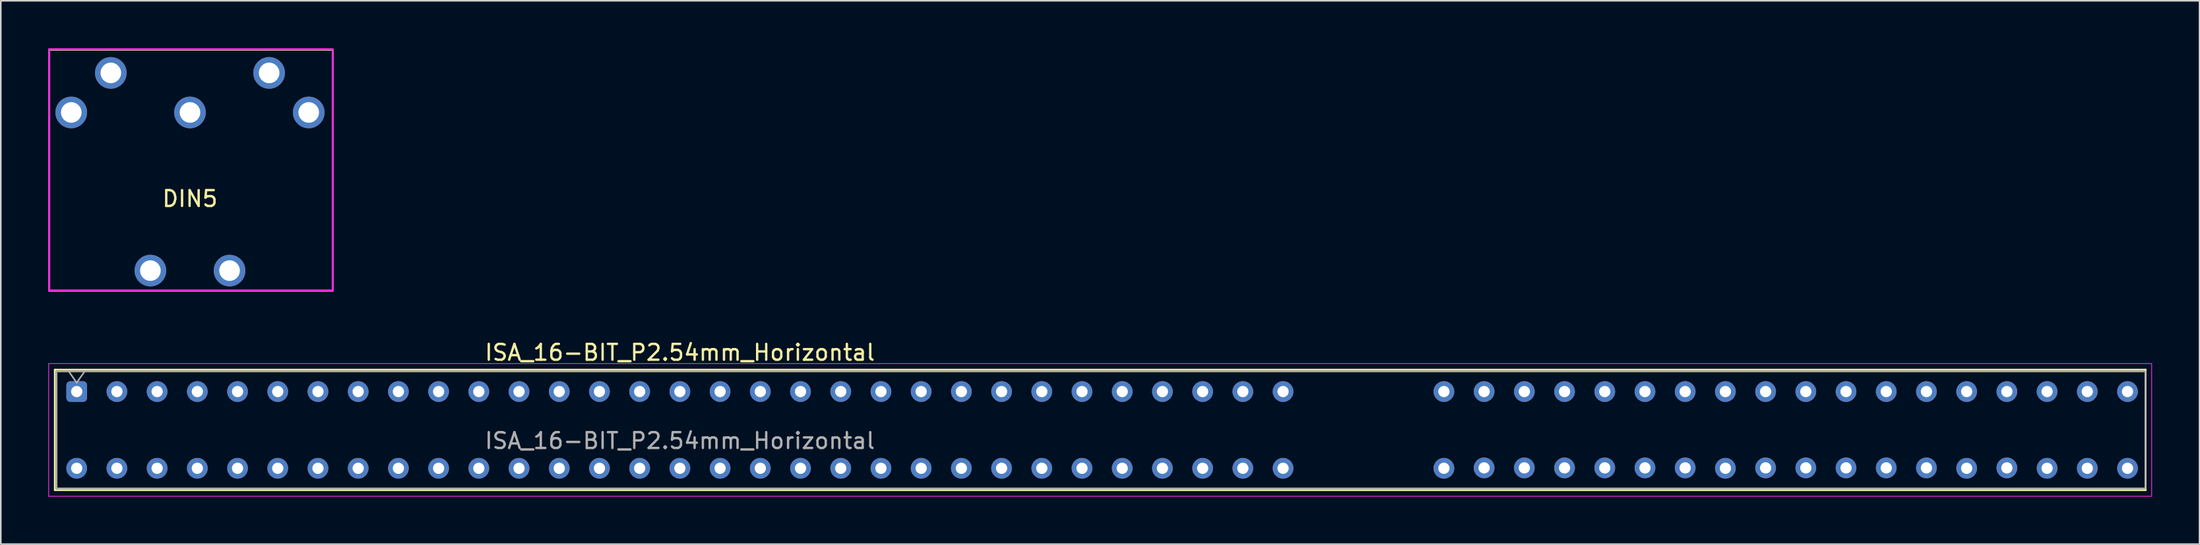
<source format=kicad_pcb>
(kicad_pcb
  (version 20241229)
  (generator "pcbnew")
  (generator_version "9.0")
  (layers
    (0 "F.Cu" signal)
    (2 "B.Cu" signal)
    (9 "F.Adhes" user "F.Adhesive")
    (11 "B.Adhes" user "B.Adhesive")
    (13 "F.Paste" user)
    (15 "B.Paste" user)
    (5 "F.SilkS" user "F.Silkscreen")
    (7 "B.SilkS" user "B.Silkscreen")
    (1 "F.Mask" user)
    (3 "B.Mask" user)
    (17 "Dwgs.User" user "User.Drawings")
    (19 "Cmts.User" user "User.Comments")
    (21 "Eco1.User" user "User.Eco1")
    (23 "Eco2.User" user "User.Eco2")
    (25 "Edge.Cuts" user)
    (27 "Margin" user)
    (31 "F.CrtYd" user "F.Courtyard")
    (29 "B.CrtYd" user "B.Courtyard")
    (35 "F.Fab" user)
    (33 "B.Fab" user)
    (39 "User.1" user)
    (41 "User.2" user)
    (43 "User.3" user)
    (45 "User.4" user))
  (footprint "DIN5"
    (layer "F.Cu")
    (at 8.95 14.06)
    (property "Reference" "DIN5" (at 0 -4.545 0) (layer "F.SilkS") (effects (font (size 1 1) (thickness 0.15))))
    (attr through_hole)
    (fp_line (start -8.89 -13.97) (end 9.017 -13.97) (stroke (width 0.12) (type solid)) (layer "F.SilkS"))
    (fp_line (start -8.89 1.27) (end -8.89 -13.97) (stroke (width 0.12) (type solid)) (layer "F.SilkS"))
    (fp_line (start 9.017 -13.97) (end 9.017 1.27) (stroke (width 0.12) (type solid)) (layer "F.SilkS"))
    (fp_line (start 9.017 1.27) (end -8.89 1.27) (stroke (width 0.12) (type solid)) (layer "F.SilkS"))
    (fp_line (start -8.89 -14) (end 9.017 -14) (stroke (width 0.12) (type solid)) (layer "F.CrtYd"))
    (fp_line (start -8.89 1.27) (end -8.89 -14) (stroke (width 0.12) (type solid)) (layer "F.CrtYd"))
    (fp_line (start 9.017 -13.97) (end 9.017 1.27) (stroke (width 0.12) (type solid)) (layer "F.CrtYd"))
    (fp_line (start 9.017 1.27) (end -8.89 1.27) (stroke (width 0.12) (type solid)) (layer "F.CrtYd"))
    (pad "0" thru_hole circle (at -2.5 0) (size 2 2) (drill 1.3) (layers "*.Cu" "*.Mask"))
    (pad "0" thru_hole circle (at 2.5 0) (size 2 2) (drill 1.3) (layers "*.Cu" "*.Mask"))
    (pad "1" thru_hole circle (at 7.5 -10) (size 2 2) (drill 1.3) (layers "*.Cu" "*.Mask"))
    (pad "2" thru_hole circle (at 0 -10) (size 2 2) (drill 1.3) (layers "*.Cu" "*.Mask"))
    (pad "3" thru_hole circle (at -7.5 -10) (size 2 2) (drill 1.3) (layers "*.Cu" "*.Mask"))
    (pad "4" thru_hole circle (at 5 -12.5) (size 2 2) (drill 1.3) (layers "*.Cu" "*.Mask"))
    (pad "5" thru_hole circle (at -5 -12.5) (size 2 2) (drill 1.3) (layers "*.Cu" "*.Mask")))
  (footprint "ISA_16-BIT_P2.54mm_Horizontal"
    (layer "F.Cu")
    (at 1.795 21.708)
    (property "Reference" "ISA_16-BIT_P2.54mm_Horizontal" (at 38.1 -2.47 0) (layer "F.SilkS") (effects (font (size 1 1) (thickness 0.15))))
    (attr through_hole)
    (fp_line (start -1.38 -1.38) (end 130.683 -1.38) (stroke (width 0.12) (type solid)) (layer "F.SilkS"))
    (fp_line (start -1.38 6.231) (end -1.38 -1.38) (stroke (width 0.12) (type solid)) (layer "F.SilkS"))
    (fp_line (start 130.683 -1.38) (end 130.683 6.231) (stroke (width 0.12) (type solid)) (layer "F.SilkS"))
    (fp_line (start 130.683 6.231) (end -1.38 6.231) (stroke (width 0.12) (type solid)) (layer "F.SilkS"))
    (fp_line (start -1.77 -1.77) (end 131.064 -1.77) (stroke (width 0.05) (type solid)) (layer "F.CrtYd"))
    (fp_line (start -1.77 6.621) (end -1.77 -1.77) (stroke (width 0.05) (type solid)) (layer "F.CrtYd"))
    (fp_line (start 131.064 -1.77) (end 131.064 6.621) (stroke (width 0.05) (type solid)) (layer "F.CrtYd"))
    (fp_line (start 131.064 6.621) (end -1.77 6.621) (stroke (width 0.05) (type solid)) (layer "F.CrtYd"))
    (fp_line (start -1.27 -1.27) (end -1.27 6.121) (stroke (width 0.1) (type solid)) (layer "F.Fab"))
    (fp_line (start -1.27 -1.27) (end 130.683 -1.27) (stroke (width 0.1) (type solid)) (layer "F.Fab"))
    (fp_line (start -0.5 -1.27) (end 0 -0.563) (stroke (width 0.1) (type solid)) (layer "F.Fab"))
    (fp_line (start 0 -0.563) (end 0.5 -1.27) (stroke (width 0.1) (type solid)) (layer "F.Fab"))
    (fp_line (start 130.683 -1.27) (end 130.683 6.121) (stroke (width 0.1) (type solid)) (layer "F.Fab"))
    (fp_line (start 130.683 6.121) (end -1.27 6.121) (stroke (width 0.1) (type solid)) (layer "F.Fab"))
    (fp_text user "${REFERENCE}" (at 38.1 3.11 0) (layer "F.Fab") (effects (font (size 1 1) (thickness 0.15))))
    (pad "A1" thru_hole roundrect (at 0 0) (size 1.31 1.31) (drill 0.71) (layers "*.Cu" "*.Mask") (roundrect_rratio 0.191))
    (pad "A2" thru_hole circle (at 2.54 0) (size 1.31 1.31) (drill 0.71) (layers "*.Cu" "*.Mask"))
    (pad "A3" thru_hole circle (at 5.08 0) (size 1.31 1.31) (drill 0.71) (layers "*.Cu" "*.Mask"))
    (pad "A4" thru_hole circle (at 7.62 0) (size 1.31 1.31) (drill 0.71) (layers "*.Cu" "*.Mask"))
    (pad "A5" thru_hole circle (at 10.16 0) (size 1.31 1.31) (drill 0.71) (layers "*.Cu" "*.Mask"))
    (pad "A6" thru_hole circle (at 12.7 0) (size 1.31 1.31) (drill 0.71) (layers "*.Cu" "*.Mask"))
    (pad "A7" thru_hole circle (at 15.24 0) (size 1.31 1.31) (drill 0.71) (layers "*.Cu" "*.Mask"))
    (pad "A8" thru_hole circle (at 17.78 0) (size 1.31 1.31) (drill 0.71) (layers "*.Cu" "*.Mask"))
    (pad "A9" thru_hole circle (at 20.32 0) (size 1.31 1.31) (drill 0.71) (layers "*.Cu" "*.Mask"))
    (pad "A10" thru_hole circle (at 22.86 0) (size 1.31 1.31) (drill 0.71) (layers "*.Cu" "*.Mask"))
    (pad "A11" thru_hole circle (at 25.4 0) (size 1.31 1.31) (drill 0.71) (layers "*.Cu" "*.Mask"))
    (pad "A12" thru_hole circle (at 27.94 0) (size 1.31 1.31) (drill 0.71) (layers "*.Cu" "*.Mask"))
    (pad "A13" thru_hole circle (at 30.48 0) (size 1.31 1.31) (drill 0.71) (layers "*.Cu" "*.Mask"))
    (pad "A14" thru_hole circle (at 33.02 0) (size 1.31 1.31) (drill 0.71) (layers "*.Cu" "*.Mask"))
    (pad "A15" thru_hole circle (at 35.56 0 90) (size 1.31 1.31) (drill 0.71) (layers "*.Cu" "*.Mask"))
    (pad "A16" thru_hole circle (at 38.1 0) (size 1.31 1.31) (drill 0.71) (layers "*.Cu" "*.Mask"))
    (pad "A17" thru_hole circle (at 40.64 0) (size 1.31 1.31) (drill 0.71) (layers "*.Cu" "*.Mask"))
    (pad "A18" thru_hole circle (at 43.18 0) (size 1.31 1.31) (drill 0.71) (layers "*.Cu" "*.Mask"))
    (pad "A19" thru_hole circle (at 45.72 0) (size 1.31 1.31) (drill 0.71) (layers "*.Cu" "*.Mask"))
    (pad "A20" thru_hole circle (at 48.26 0) (size 1.31 1.31) (drill 0.71) (layers "*.Cu" "*.Mask"))
    (pad "A21" thru_hole circle (at 50.8 0) (size 1.31 1.31) (drill 0.71) (layers "*.Cu" "*.Mask"))
    (pad "A22" thru_hole circle (at 53.34 0) (size 1.31 1.31) (drill 0.71) (layers "*.Cu" "*.Mask"))
    (pad "A23" thru_hole circle (at 55.88 0) (size 1.31 1.31) (drill 0.71) (layers "*.Cu" "*.Mask"))
    (pad "A24" thru_hole circle (at 58.42 0) (size 1.31 1.31) (drill 0.71) (layers "*.Cu" "*.Mask"))
    (pad "A25" thru_hole circle (at 60.96 0) (size 1.31 1.31) (drill 0.71) (layers "*.Cu" "*.Mask"))
    (pad "A26" thru_hole circle (at 63.5 0) (size 1.31 1.31) (drill 0.71) (layers "*.Cu" "*.Mask"))
    (pad "A27" thru_hole circle (at 66.04 0) (size 1.31 1.31) (drill 0.71) (layers "*.Cu" "*.Mask"))
    (pad "A28" thru_hole circle (at 68.58 0) (size 1.31 1.31) (drill 0.71) (layers "*.Cu" "*.Mask"))
    (pad "A29" thru_hole circle (at 71.12 0) (size 1.31 1.31) (drill 0.71) (layers "*.Cu" "*.Mask"))
    (pad "A30" thru_hole circle (at 73.66 0) (size 1.31 1.31) (drill 0.71) (layers "*.Cu" "*.Mask"))
    (pad "A31" thru_hole circle (at 76.2 0) (size 1.31 1.31) (drill 0.71) (layers "*.Cu" "*.Mask"))
    (pad "B1" thru_hole circle (at 0 4.851) (size 1.31 1.31) (drill 0.71) (layers "*.Cu" "*.Mask"))
    (pad "B2" thru_hole circle (at 2.54 4.85) (size 1.31 1.31) (drill 0.71) (layers "*.Cu" "*.Mask"))
    (pad "B3" thru_hole circle (at 5.08 4.851) (size 1.31 1.31) (drill 0.71) (layers "*.Cu" "*.Mask"))
    (pad "B4" thru_hole circle (at 7.62 4.851) (size 1.31 1.31) (drill 0.71) (layers "*.Cu" "*.Mask"))
    (pad "B5" thru_hole circle (at 10.16 4.851) (size 1.31 1.31) (drill 0.71) (layers "*.Cu" "*.Mask"))
    (pad "B6" thru_hole circle (at 12.7 4.851) (size 1.31 1.31) (drill 0.71) (layers "*.Cu" "*.Mask"))
    (pad "B7" thru_hole circle (at 15.24 4.851) (size 1.31 1.31) (drill 0.71) (layers "*.Cu" "*.Mask"))
    (pad "B8" thru_hole circle (at 17.78 4.851) (size 1.31 1.31) (drill 0.71) (layers "*.Cu" "*.Mask"))
    (pad "B9" thru_hole circle (at 20.32 4.851) (size 1.31 1.31) (drill 0.71) (layers "*.Cu" "*.Mask"))
    (pad "B10" thru_hole circle (at 22.86 4.851) (size 1.31 1.31) (drill 0.71) (layers "*.Cu" "*.Mask"))
    (pad "B11" thru_hole circle (at 25.4 4.851) (size 1.31 1.31) (drill 0.71) (layers "*.Cu" "*.Mask"))
    (pad "B12" thru_hole circle (at 27.94 4.851) (size 1.31 1.31) (drill 0.71) (layers "*.Cu" "*.Mask"))
    (pad "B13" thru_hole circle (at 30.48 4.851) (size 1.31 1.31) (drill 0.71) (layers "*.Cu" "*.Mask"))
    (pad "B14" thru_hole circle (at 33.02 4.851) (size 1.31 1.31) (drill 0.71) (layers "*.Cu" "*.Mask"))
    (pad "B15" thru_hole circle (at 35.56 4.851) (size 1.31 1.31) (drill 0.71) (layers "*.Cu" "*.Mask"))
    (pad "B16" thru_hole circle (at 38.1 4.851) (size 1.31 1.31) (drill 0.71) (layers "*.Cu" "*.Mask"))
    (pad "B17" thru_hole circle (at 40.64 4.851) (size 1.31 1.31) (drill 0.71) (layers "*.Cu" "*.Mask"))
    (pad "B18" thru_hole circle (at 43.18 4.851) (size 1.31 1.31) (drill 0.71) (layers "*.Cu" "*.Mask"))
    (pad "B19" thru_hole circle (at 45.72 4.851) (size 1.31 1.31) (drill 0.71) (layers "*.Cu" "*.Mask"))
    (pad "B20" thru_hole circle (at 48.26 4.851) (size 1.31 1.31) (drill 0.71) (layers "*.Cu" "*.Mask"))
    (pad "B21" thru_hole circle (at 50.8 4.851) (size 1.31 1.31) (drill 0.71) (layers "*.Cu" "*.Mask"))
    (pad "B22" thru_hole circle (at 53.34 4.851) (size 1.31 1.31) (drill 0.71) (layers "*.Cu" "*.Mask"))
    (pad "B23" thru_hole circle (at 55.88 4.851) (size 1.31 1.31) (drill 0.71) (layers "*.Cu" "*.Mask"))
    (pad "B24" thru_hole circle (at 58.42 4.851) (size 1.31 1.31) (drill 0.71) (layers "*.Cu" "*.Mask"))
    (pad "B25" thru_hole circle (at 60.96 4.851) (size 1.31 1.31) (drill 0.71) (layers "*.Cu" "*.Mask"))
    (pad "B26" thru_hole circle (at 63.5 4.851) (size 1.31 1.31) (drill 0.71) (layers "*.Cu" "*.Mask"))
    (pad "B27" thru_hole circle (at 66.04 4.851) (size 1.31 1.31) (drill 0.71) (layers "*.Cu" "*.Mask"))
    (pad "B28" thru_hole circle (at 68.58 4.851) (size 1.31 1.31) (drill 0.71) (layers "*.Cu" "*.Mask"))
    (pad "B29" thru_hole circle (at 71.12 4.851) (size 1.31 1.31) (drill 0.71) (layers "*.Cu" "*.Mask"))
    (pad "B30" thru_hole circle (at 73.66 4.851) (size 1.31 1.31) (drill 0.71) (layers "*.Cu" "*.Mask"))
    (pad "B31" thru_hole circle (at 76.2 4.851) (size 1.31 1.31) (drill 0.71) (layers "*.Cu" "*.Mask"))
    (pad "C1" thru_hole circle (at 86.36 0) (size 1.31 1.31) (drill 0.71) (layers "*.Cu" "*.Mask"))
    (pad "C2" thru_hole circle (at 88.9 0) (size 1.31 1.31) (drill 0.71) (layers "*.Cu" "*.Mask"))
    (pad "C3" thru_hole circle (at 91.44 0) (size 1.31 1.31) (drill 0.71) (layers "*.Cu" "*.Mask"))
    (pad "C4" thru_hole circle (at 93.98 0) (size 1.31 1.31) (drill 0.71) (layers "*.Cu" "*.Mask"))
    (pad "C5" thru_hole circle (at 96.52 0) (size 1.31 1.31) (drill 0.71) (layers "*.Cu" "*.Mask"))
    (pad "C6" thru_hole circle (at 99.06 0) (size 1.31 1.31) (drill 0.71) (layers "*.Cu" "*.Mask"))
    (pad "C7" thru_hole circle (at 101.6 0) (size 1.31 1.31) (drill 0.71) (layers "*.Cu" "*.Mask"))
    (pad "C8" thru_hole circle (at 104.14 0) (size 1.31 1.31) (drill 0.71) (layers "*.Cu" "*.Mask"))
    (pad "C9" thru_hole circle (at 106.68 0) (size 1.31 1.31) (drill 0.71) (layers "*.Cu" "*.Mask"))
    (pad "C10" thru_hole circle (at 109.22 0) (size 1.31 1.31) (drill 0.71) (layers "*.Cu" "*.Mask"))
    (pad "C11" thru_hole circle (at 111.76 0) (size 1.31 1.31) (drill 0.71) (layers "*.Cu" "*.Mask"))
    (pad "C12" thru_hole circle (at 114.3 0) (size 1.31 1.31) (drill 0.71) (layers "*.Cu" "*.Mask"))
    (pad "C13" thru_hole circle (at 116.84 0) (size 1.31 1.31) (drill 0.71) (layers "*.Cu" "*.Mask"))
    (pad "C14" thru_hole circle (at 119.38 0) (size 1.31 1.31) (drill 0.71) (layers "*.Cu" "*.Mask"))
    (pad "C15" thru_hole circle (at 121.92 0) (size 1.31 1.31) (drill 0.71) (layers "*.Cu" "*.Mask"))
    (pad "C16" thru_hole circle (at 124.46 0) (size 1.31 1.31) (drill 0.71) (layers "*.Cu" "*.Mask"))
    (pad "C17" thru_hole circle (at 127 0) (size 1.31 1.31) (drill 0.71) (layers "*.Cu" "*.Mask"))
    (pad "C18" thru_hole circle (at 129.54 0) (size 1.31 1.31) (drill 0.71) (layers "*.Cu" "*.Mask"))
    (pad "D1" thru_hole circle (at 86.36 4.851) (size 1.31 1.31) (drill 0.71) (layers "*.Cu" "*.Mask"))
    (pad "D2" thru_hole circle (at 88.9 4.826) (size 1.31 1.31) (drill 0.71) (layers "*.Cu" "*.Mask"))
    (pad "D3" thru_hole circle (at 91.44 4.826) (size 1.31 1.31) (drill 0.71) (layers "*.Cu" "*.Mask"))
    (pad "D4" thru_hole circle (at 93.98 4.826) (size 1.31 1.31) (drill 0.71) (layers "*.Cu" "*.Mask"))
    (pad "D5" thru_hole circle (at 96.52 4.826) (size 1.31 1.31) (drill 0.71) (layers "*.Cu" "*.Mask"))
    (pad "D6" thru_hole circle (at 99.06 4.826) (size 1.31 1.31) (drill 0.71) (layers "*.Cu" "*.Mask"))
    (pad "D7" thru_hole circle (at 101.6 4.826) (size 1.31 1.31) (drill 0.71) (layers "*.Cu" "*.Mask"))
    (pad "D8" thru_hole circle (at 104.14 4.851) (size 1.31 1.31) (drill 0.71) (layers "*.Cu" "*.Mask"))
    (pad "D9" thru_hole circle (at 106.68 4.826) (size 1.31 1.31) (drill 0.71) (layers "*.Cu" "*.Mask"))
    (pad "D10" thru_hole circle (at 109.22 4.826) (size 1.31 1.31) (drill 0.71) (layers "*.Cu" "*.Mask"))
    (pad "D11" thru_hole circle (at 111.76 4.826) (size 1.31 1.31) (drill 0.71) (layers "*.Cu" "*.Mask"))
    (pad "D12" thru_hole circle (at 114.3 4.826) (size 1.31 1.31) (drill 0.71) (layers "*.Cu" "*.Mask"))
    (pad "D13" thru_hole circle (at 116.84 4.826) (size 1.31 1.31) (drill 0.71) (layers "*.Cu" "*.Mask"))
    (pad "D14" thru_hole circle (at 119.38 4.851) (size 1.31 1.31) (drill 0.71) (layers "*.Cu" "*.Mask"))
    (pad "D15" thru_hole circle (at 121.92 4.826) (size 1.31 1.31) (drill 0.71) (layers "*.Cu" "*.Mask"))
    (pad "D16" thru_hole circle (at 124.46 4.851) (size 1.31 1.31) (drill 0.71) (layers "*.Cu" "*.Mask"))
    (pad "D17" thru_hole circle (at 127 4.851) (size 1.31 1.31) (drill 0.71) (layers "*.Cu" "*.Mask"))
    (pad "D18" thru_hole circle (at 129.54 4.851) (size 1.31 1.31) (drill 0.71) (layers "*.Cu" "*.Mask")))
  (gr_rect
    (start -3 -3)
    (end 135.884 31.355)
    (stroke (width 0.1) (type default))
    (fill no)
    (layer "Edge.Cuts")))
</source>
